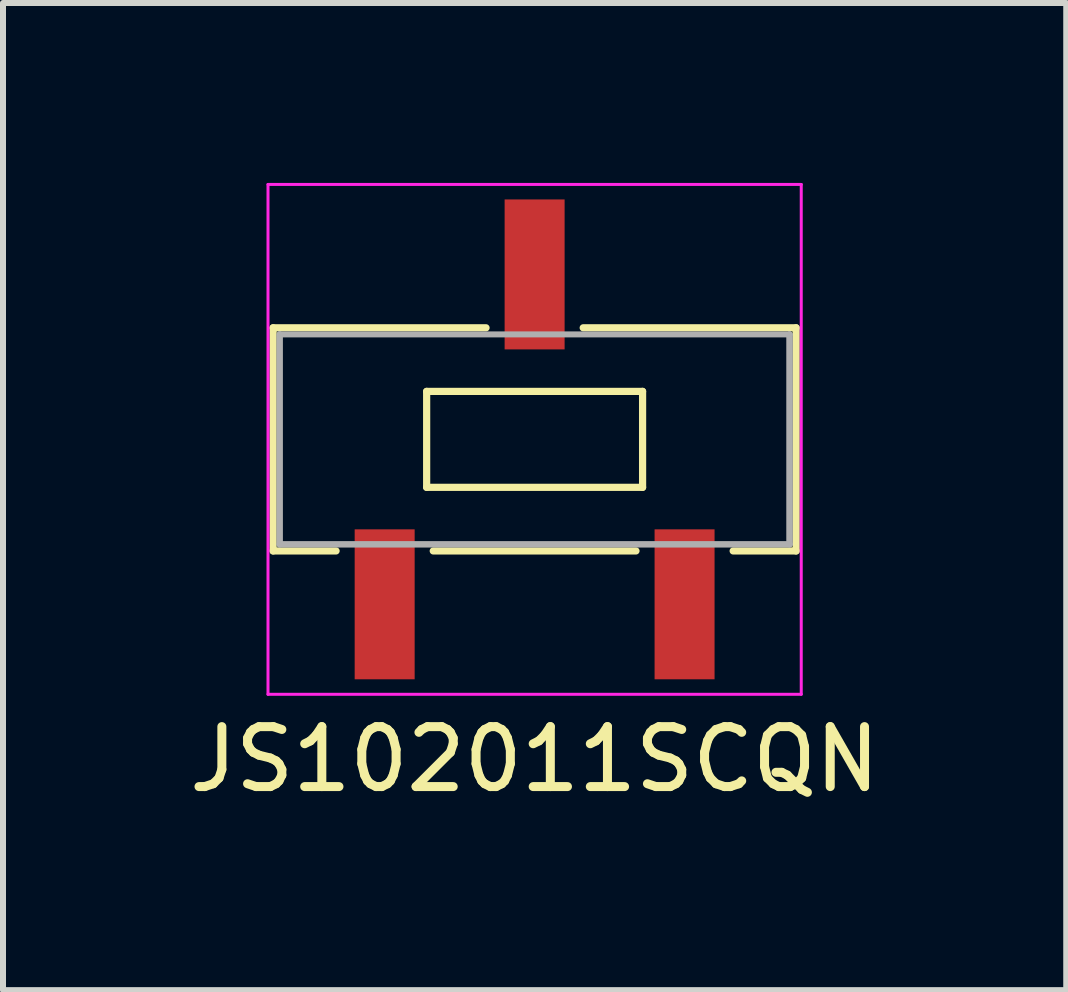
<source format=kicad_pcb>
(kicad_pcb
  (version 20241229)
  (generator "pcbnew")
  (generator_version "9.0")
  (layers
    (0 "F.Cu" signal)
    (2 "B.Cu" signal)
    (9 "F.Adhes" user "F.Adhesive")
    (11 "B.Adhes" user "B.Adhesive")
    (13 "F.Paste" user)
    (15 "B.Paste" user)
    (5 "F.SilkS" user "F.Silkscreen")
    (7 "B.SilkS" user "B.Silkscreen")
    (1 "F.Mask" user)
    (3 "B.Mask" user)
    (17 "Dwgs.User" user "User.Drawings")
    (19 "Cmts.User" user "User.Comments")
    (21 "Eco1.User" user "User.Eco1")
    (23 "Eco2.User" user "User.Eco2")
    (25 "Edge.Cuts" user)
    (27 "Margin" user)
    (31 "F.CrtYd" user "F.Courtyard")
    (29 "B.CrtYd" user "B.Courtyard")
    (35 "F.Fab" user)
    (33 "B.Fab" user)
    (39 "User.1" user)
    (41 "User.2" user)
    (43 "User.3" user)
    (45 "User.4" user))
  (footprint "JS102011SCQN"
    (layer "F.Cu")
    (at 5.863 4.275)
    (property "Reference" "JS102011SCQN" (at 0 5.334 0) (layer "F.SilkS") (effects (font (size 1 1) (thickness 0.15))))
    (attr through_hole)
    (fp_line (start -4.36 -1.86) (end -4.36 1.86) (stroke (width 0.12) (type solid)) (layer "F.SilkS"))
    (fp_line (start -4.36 -1.86) (end -0.81 -1.86) (stroke (width 0.12) (type solid)) (layer "F.SilkS"))
    (fp_line (start -4.36 1.86) (end -3.31 1.86) (stroke (width 0.12) (type solid)) (layer "F.SilkS"))
    (fp_line (start -1.8 -0.8) (end 1.8 -0.8) (stroke (width 0.12) (type solid)) (layer "F.SilkS"))
    (fp_line (start -1.8 0.8) (end -1.8 -0.8) (stroke (width 0.12) (type solid)) (layer "F.SilkS"))
    (fp_line (start -1.8 0.8) (end 1.8 0.8) (stroke (width 0.12) (type solid)) (layer "F.SilkS"))
    (fp_line (start -1.69 1.86) (end 1.69 1.86) (stroke (width 0.12) (type solid)) (layer "F.SilkS"))
    (fp_line (start 0.81 -1.86) (end 4.36 -1.86) (stroke (width 0.12) (type solid)) (layer "F.SilkS"))
    (fp_line (start 1.8 -0.8) (end 1.8 0.8) (stroke (width 0.12) (type solid)) (layer "F.SilkS"))
    (fp_line (start 3.31 1.86) (end 4.36 1.86) (stroke (width 0.12) (type solid)) (layer "F.SilkS"))
    (fp_line (start 4.36 -1.86) (end 4.36 1.86) (stroke (width 0.12) (type solid)) (layer "F.SilkS"))
    (fp_line (start -4.445 -4.25) (end -4.445 4.25) (stroke (width 0.05) (type solid)) (layer "F.CrtYd"))
    (fp_line (start -4.445 -4.25) (end 4.445 -4.25) (stroke (width 0.05) (type solid)) (layer "F.CrtYd"))
    (fp_line (start -4.445 4.25) (end 4.445 4.25) (stroke (width 0.05) (type solid)) (layer "F.CrtYd"))
    (fp_line (start 4.445 -4.25) (end 4.445 4.25) (stroke (width 0.05) (type solid)) (layer "F.CrtYd"))
    (fp_line (start -4.25 -1.75) (end -4.25 1.75) (stroke (width 0.1) (type solid)) (layer "F.Fab"))
    (fp_line (start -4.25 -1.75) (end -4.25 1.75) (stroke (width 0.1) (type solid)) (layer "F.Fab"))
    (fp_line (start -4.25 -1.75) (end 4.25 -1.75) (stroke (width 0.1) (type solid)) (layer "F.Fab"))
    (fp_line (start 4.25 -1.75) (end 4.25 1.75) (stroke (width 0.1) (type solid)) (layer "F.Fab"))
    (fp_line (start 4.25 -1.75) (end 4.25 1.75) (stroke (width 0.1) (type solid)) (layer "F.Fab"))
    (fp_line (start 4.25 1.75) (end -4.25 1.75) (stroke (width 0.1) (type solid)) (layer "F.Fab"))
    (fp_line (start 4.25 1.75) (end -4.25 1.75) (stroke (width 0.1) (type solid)) (layer "F.Fab"))
    (pad "1" smd rect (at -2.5 2.75) (size 1 2.5) (layers "F.Cu" "F.Mask" "F.Paste"))
    (pad "2" smd rect (at 0 -2.75) (size 1 2.5) (layers "F.Cu" "F.Mask" "F.Paste"))
    (pad "3" smd rect (at 2.5 2.75) (size 1 2.5) (layers "F.Cu" "F.Mask" "F.Paste")))
  (gr_rect
    (start -3 -3)
    (end 14.726 13.457)
    (stroke (width 0.1) (type default))
    (fill no)
    (layer "Edge.Cuts")))
</source>
